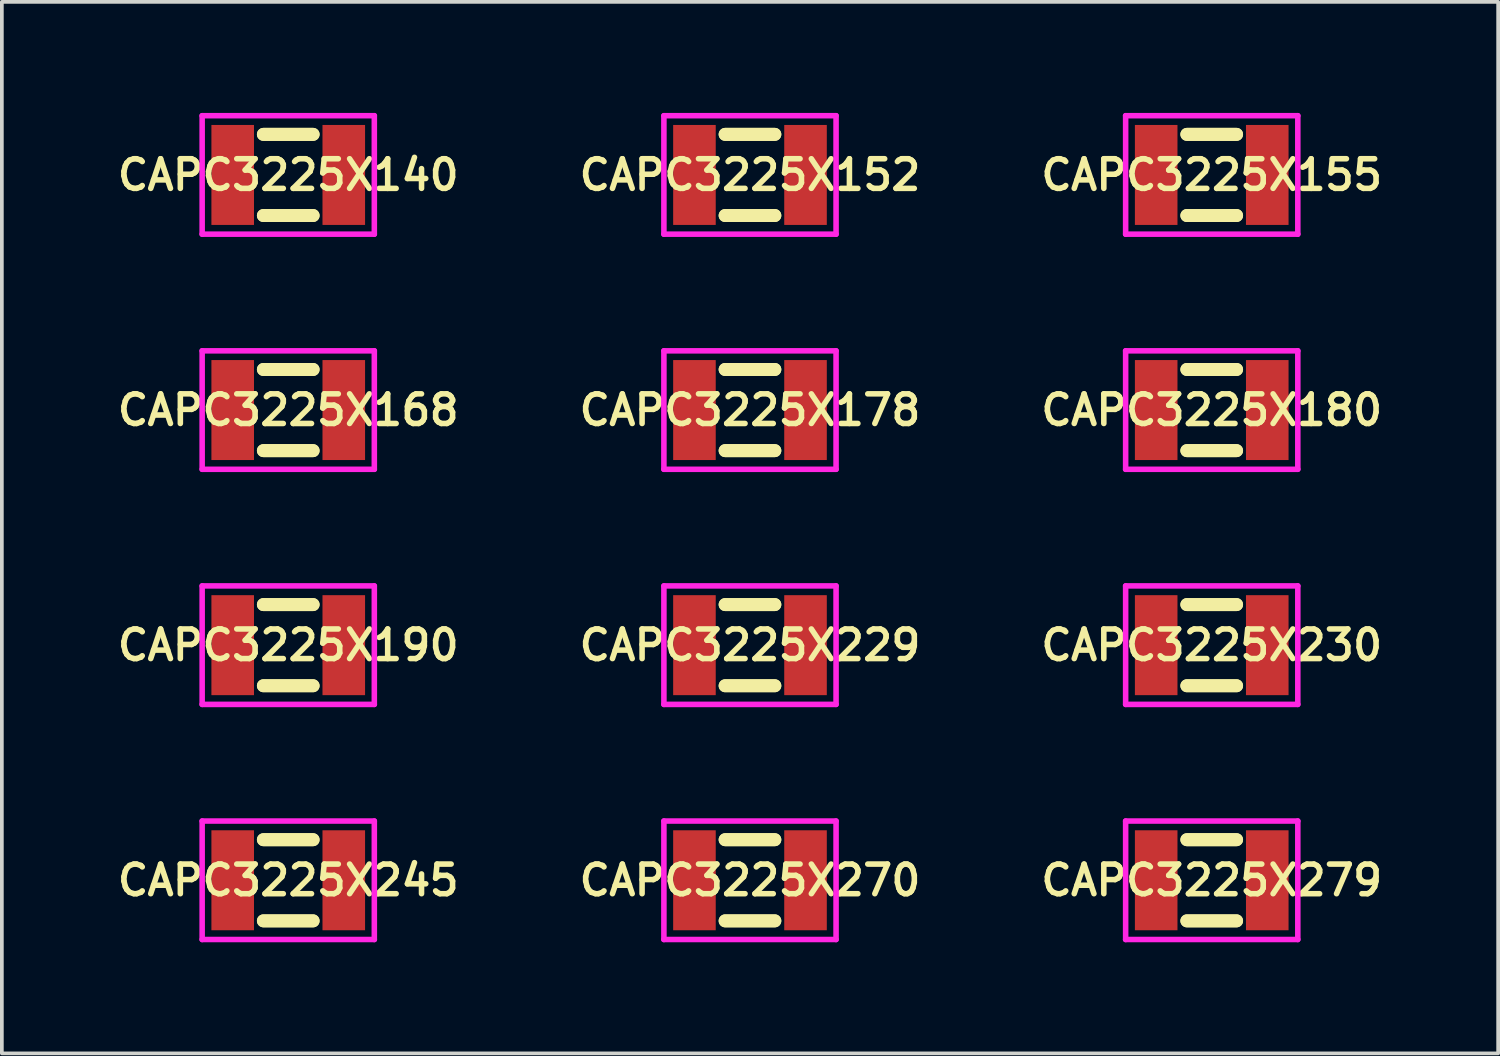
<source format=kicad_pcb>
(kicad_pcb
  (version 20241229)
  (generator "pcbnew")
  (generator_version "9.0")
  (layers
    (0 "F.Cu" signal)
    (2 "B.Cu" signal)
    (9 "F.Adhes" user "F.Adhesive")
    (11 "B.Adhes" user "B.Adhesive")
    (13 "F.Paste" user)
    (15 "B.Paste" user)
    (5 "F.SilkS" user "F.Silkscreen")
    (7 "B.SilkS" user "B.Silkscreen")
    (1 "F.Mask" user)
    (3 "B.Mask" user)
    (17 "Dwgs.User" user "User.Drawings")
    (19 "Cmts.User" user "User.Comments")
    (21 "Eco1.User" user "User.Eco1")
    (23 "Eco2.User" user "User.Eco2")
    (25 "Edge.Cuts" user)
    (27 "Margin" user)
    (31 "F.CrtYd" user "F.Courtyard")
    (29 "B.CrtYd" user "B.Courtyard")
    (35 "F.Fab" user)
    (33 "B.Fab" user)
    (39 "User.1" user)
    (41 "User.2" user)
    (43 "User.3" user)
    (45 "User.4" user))
  (footprint "CAPC3225X279"
    (layer "F.Cu")
    (at 29.677 20.725)
    (property "Reference" "CAPC3225X279" (at 0 0 0) (layer "F.SilkS") (effects (font (size 0.8 0.8) (thickness 0.15))))
    (attr smd)
    (fp_line (start -0.671 -1.096) (end 0.671 -1.096) (stroke (width 0.35) (type solid)) (layer "F.SilkS"))
    (fp_line (start -0.671 1.096) (end 0.671 1.096) (stroke (width 0.35) (type solid)) (layer "F.SilkS"))
    (fp_line (start 0.671 -1.096) (end -0.671 -1.096) (stroke (width 0.35) (type solid)) (layer "F.SilkS"))
    (fp_line (start 0.671 1.096) (end -0.671 1.096) (stroke (width 0.35) (type solid)) (layer "F.SilkS"))
    (fp_line (start -2.325 -1.6) (end 2.325 -1.6) (stroke (width 0.15) (type solid)) (layer "F.CrtYd"))
    (fp_line (start -2.325 1.6) (end -2.325 -1.6) (stroke (width 0.15) (type solid)) (layer "F.CrtYd"))
    (fp_line (start 2.325 -1.6) (end 2.325 1.6) (stroke (width 0.15) (type solid)) (layer "F.CrtYd"))
    (fp_line (start 2.325 1.6) (end -2.325 1.6) (stroke (width 0.15) (type solid)) (layer "F.CrtYd"))
    (pad "1" smd rect (at -1.5 0) (size 1.15 2.7) (layers "F.Cu" "F.Mask" "F.Paste"))
    (pad "2" smd rect (at 1.5 0) (size 1.15 2.7) (layers "F.Cu" "F.Mask" "F.Paste")))
  (footprint "CAPC3225X245"
    (layer "F.Cu")
    (at 4.735 20.725)
    (property "Reference" "CAPC3225X245" (at 0 0 0) (layer "F.SilkS") (effects (font (size 0.8 0.8) (thickness 0.15))))
    (attr smd)
    (fp_line (start -0.671 -1.096) (end 0.671 -1.096) (stroke (width 0.35) (type solid)) (layer "F.SilkS"))
    (fp_line (start -0.671 1.096) (end 0.671 1.096) (stroke (width 0.35) (type solid)) (layer "F.SilkS"))
    (fp_line (start 0.671 -1.096) (end -0.671 -1.096) (stroke (width 0.35) (type solid)) (layer "F.SilkS"))
    (fp_line (start 0.671 1.096) (end -0.671 1.096) (stroke (width 0.35) (type solid)) (layer "F.SilkS"))
    (fp_line (start -2.325 -1.6) (end 2.325 -1.6) (stroke (width 0.15) (type solid)) (layer "F.CrtYd"))
    (fp_line (start -2.325 1.6) (end -2.325 -1.6) (stroke (width 0.15) (type solid)) (layer "F.CrtYd"))
    (fp_line (start 2.325 -1.6) (end 2.325 1.6) (stroke (width 0.15) (type solid)) (layer "F.CrtYd"))
    (fp_line (start 2.325 1.6) (end -2.325 1.6) (stroke (width 0.15) (type solid)) (layer "F.CrtYd"))
    (pad "1" smd rect (at -1.5 0) (size 1.15 2.7) (layers "F.Cu" "F.Mask" "F.Paste"))
    (pad "2" smd rect (at 1.5 0) (size 1.15 2.7) (layers "F.Cu" "F.Mask" "F.Paste")))
  (footprint "CAPC3225X168"
    (layer "F.Cu")
    (at 4.735 8.025)
    (property "Reference" "CAPC3225X168" (at 0 0 0) (layer "F.SilkS") (effects (font (size 0.8 0.8) (thickness 0.15))))
    (attr smd)
    (fp_line (start -0.671 -1.096) (end 0.671 -1.096) (stroke (width 0.35) (type solid)) (layer "F.SilkS"))
    (fp_line (start -0.671 1.096) (end 0.671 1.096) (stroke (width 0.35) (type solid)) (layer "F.SilkS"))
    (fp_line (start 0.671 -1.096) (end -0.671 -1.096) (stroke (width 0.35) (type solid)) (layer "F.SilkS"))
    (fp_line (start 0.671 1.096) (end -0.671 1.096) (stroke (width 0.35) (type solid)) (layer "F.SilkS"))
    (fp_line (start -2.325 -1.6) (end 2.325 -1.6) (stroke (width 0.15) (type solid)) (layer "F.CrtYd"))
    (fp_line (start -2.325 1.6) (end -2.325 -1.6) (stroke (width 0.15) (type solid)) (layer "F.CrtYd"))
    (fp_line (start 2.325 -1.6) (end 2.325 1.6) (stroke (width 0.15) (type solid)) (layer "F.CrtYd"))
    (fp_line (start 2.325 1.6) (end -2.325 1.6) (stroke (width 0.15) (type solid)) (layer "F.CrtYd"))
    (pad "1" smd rect (at -1.5 0) (size 1.15 2.7) (layers "F.Cu" "F.Mask" "F.Paste"))
    (pad "2" smd rect (at 1.5 0) (size 1.15 2.7) (layers "F.Cu" "F.Mask" "F.Paste")))
  (footprint "CAPC3225X229"
    (layer "F.Cu")
    (at 17.206 14.375)
    (property "Reference" "CAPC3225X229" (at 0 0 0) (layer "F.SilkS") (effects (font (size 0.8 0.8) (thickness 0.15))))
    (attr smd)
    (fp_line (start -0.671 -1.096) (end 0.671 -1.096) (stroke (width 0.35) (type solid)) (layer "F.SilkS"))
    (fp_line (start -0.671 1.096) (end 0.671 1.096) (stroke (width 0.35) (type solid)) (layer "F.SilkS"))
    (fp_line (start 0.671 -1.096) (end -0.671 -1.096) (stroke (width 0.35) (type solid)) (layer "F.SilkS"))
    (fp_line (start 0.671 1.096) (end -0.671 1.096) (stroke (width 0.35) (type solid)) (layer "F.SilkS"))
    (fp_line (start -2.325 -1.6) (end 2.325 -1.6) (stroke (width 0.15) (type solid)) (layer "F.CrtYd"))
    (fp_line (start -2.325 1.6) (end -2.325 -1.6) (stroke (width 0.15) (type solid)) (layer "F.CrtYd"))
    (fp_line (start 2.325 -1.6) (end 2.325 1.6) (stroke (width 0.15) (type solid)) (layer "F.CrtYd"))
    (fp_line (start 2.325 1.6) (end -2.325 1.6) (stroke (width 0.15) (type solid)) (layer "F.CrtYd"))
    (pad "1" smd rect (at -1.5 0) (size 1.15 2.7) (layers "F.Cu" "F.Mask" "F.Paste"))
    (pad "2" smd rect (at 1.5 0) (size 1.15 2.7) (layers "F.Cu" "F.Mask" "F.Paste")))
  (footprint "CAPC3225X152"
    (layer "F.Cu")
    (at 17.206 1.675)
    (property "Reference" "CAPC3225X152" (at 0 0 0) (layer "F.SilkS") (effects (font (size 0.8 0.8) (thickness 0.15))))
    (attr smd)
    (fp_line (start -0.671 -1.096) (end 0.671 -1.096) (stroke (width 0.35) (type solid)) (layer "F.SilkS"))
    (fp_line (start -0.671 1.096) (end 0.671 1.096) (stroke (width 0.35) (type solid)) (layer "F.SilkS"))
    (fp_line (start 0.671 -1.096) (end -0.671 -1.096) (stroke (width 0.35) (type solid)) (layer "F.SilkS"))
    (fp_line (start 0.671 1.096) (end -0.671 1.096) (stroke (width 0.35) (type solid)) (layer "F.SilkS"))
    (fp_line (start -2.325 -1.6) (end 2.325 -1.6) (stroke (width 0.15) (type solid)) (layer "F.CrtYd"))
    (fp_line (start -2.325 1.6) (end -2.325 -1.6) (stroke (width 0.15) (type solid)) (layer "F.CrtYd"))
    (fp_line (start 2.325 -1.6) (end 2.325 1.6) (stroke (width 0.15) (type solid)) (layer "F.CrtYd"))
    (fp_line (start 2.325 1.6) (end -2.325 1.6) (stroke (width 0.15) (type solid)) (layer "F.CrtYd"))
    (pad "1" smd rect (at -1.5 0) (size 1.15 2.7) (layers "F.Cu" "F.Mask" "F.Paste"))
    (pad "2" smd rect (at 1.5 0) (size 1.15 2.7) (layers "F.Cu" "F.Mask" "F.Paste")))
  (footprint "CAPC3225X190"
    (layer "F.Cu")
    (at 4.735 14.375)
    (property "Reference" "CAPC3225X190" (at 0 0 0) (layer "F.SilkS") (effects (font (size 0.8 0.8) (thickness 0.15))))
    (attr smd)
    (fp_line (start -0.671 -1.096) (end 0.671 -1.096) (stroke (width 0.35) (type solid)) (layer "F.SilkS"))
    (fp_line (start -0.671 1.096) (end 0.671 1.096) (stroke (width 0.35) (type solid)) (layer "F.SilkS"))
    (fp_line (start 0.671 -1.096) (end -0.671 -1.096) (stroke (width 0.35) (type solid)) (layer "F.SilkS"))
    (fp_line (start 0.671 1.096) (end -0.671 1.096) (stroke (width 0.35) (type solid)) (layer "F.SilkS"))
    (fp_line (start -2.325 -1.6) (end 2.325 -1.6) (stroke (width 0.15) (type solid)) (layer "F.CrtYd"))
    (fp_line (start -2.325 1.6) (end -2.325 -1.6) (stroke (width 0.15) (type solid)) (layer "F.CrtYd"))
    (fp_line (start 2.325 -1.6) (end 2.325 1.6) (stroke (width 0.15) (type solid)) (layer "F.CrtYd"))
    (fp_line (start 2.325 1.6) (end -2.325 1.6) (stroke (width 0.15) (type solid)) (layer "F.CrtYd"))
    (pad "1" smd rect (at -1.5 0) (size 1.15 2.7) (layers "F.Cu" "F.Mask" "F.Paste"))
    (pad "2" smd rect (at 1.5 0) (size 1.15 2.7) (layers "F.Cu" "F.Mask" "F.Paste")))
  (footprint "CAPC3225X230"
    (layer "F.Cu")
    (at 29.677 14.375)
    (property "Reference" "CAPC3225X230" (at 0 0 0) (layer "F.SilkS") (effects (font (size 0.8 0.8) (thickness 0.15))))
    (attr smd)
    (fp_line (start -0.671 -1.096) (end 0.671 -1.096) (stroke (width 0.35) (type solid)) (layer "F.SilkS"))
    (fp_line (start -0.671 1.096) (end 0.671 1.096) (stroke (width 0.35) (type solid)) (layer "F.SilkS"))
    (fp_line (start 0.671 -1.096) (end -0.671 -1.096) (stroke (width 0.35) (type solid)) (layer "F.SilkS"))
    (fp_line (start 0.671 1.096) (end -0.671 1.096) (stroke (width 0.35) (type solid)) (layer "F.SilkS"))
    (fp_line (start -2.325 -1.6) (end 2.325 -1.6) (stroke (width 0.15) (type solid)) (layer "F.CrtYd"))
    (fp_line (start -2.325 1.6) (end -2.325 -1.6) (stroke (width 0.15) (type solid)) (layer "F.CrtYd"))
    (fp_line (start 2.325 -1.6) (end 2.325 1.6) (stroke (width 0.15) (type solid)) (layer "F.CrtYd"))
    (fp_line (start 2.325 1.6) (end -2.325 1.6) (stroke (width 0.15) (type solid)) (layer "F.CrtYd"))
    (pad "1" smd rect (at -1.5 0) (size 1.15 2.7) (layers "F.Cu" "F.Mask" "F.Paste"))
    (pad "2" smd rect (at 1.5 0) (size 1.15 2.7) (layers "F.Cu" "F.Mask" "F.Paste")))
  (footprint "CAPC3225X178"
    (layer "F.Cu")
    (at 17.206 8.025)
    (property "Reference" "CAPC3225X178" (at 0 0 0) (layer "F.SilkS") (effects (font (size 0.8 0.8) (thickness 0.15))))
    (attr smd)
    (fp_line (start -0.671 -1.096) (end 0.671 -1.096) (stroke (width 0.35) (type solid)) (layer "F.SilkS"))
    (fp_line (start -0.671 1.096) (end 0.671 1.096) (stroke (width 0.35) (type solid)) (layer "F.SilkS"))
    (fp_line (start 0.671 -1.096) (end -0.671 -1.096) (stroke (width 0.35) (type solid)) (layer "F.SilkS"))
    (fp_line (start 0.671 1.096) (end -0.671 1.096) (stroke (width 0.35) (type solid)) (layer "F.SilkS"))
    (fp_line (start -2.325 -1.6) (end 2.325 -1.6) (stroke (width 0.15) (type solid)) (layer "F.CrtYd"))
    (fp_line (start -2.325 1.6) (end -2.325 -1.6) (stroke (width 0.15) (type solid)) (layer "F.CrtYd"))
    (fp_line (start 2.325 -1.6) (end 2.325 1.6) (stroke (width 0.15) (type solid)) (layer "F.CrtYd"))
    (fp_line (start 2.325 1.6) (end -2.325 1.6) (stroke (width 0.15) (type solid)) (layer "F.CrtYd"))
    (pad "1" smd rect (at -1.5 0) (size 1.15 2.7) (layers "F.Cu" "F.Mask" "F.Paste"))
    (pad "2" smd rect (at 1.5 0) (size 1.15 2.7) (layers "F.Cu" "F.Mask" "F.Paste")))
  (footprint "CAPC3225X270"
    (layer "F.Cu")
    (at 17.206 20.725)
    (property "Reference" "CAPC3225X270" (at 0 0 0) (layer "F.SilkS") (effects (font (size 0.8 0.8) (thickness 0.15))))
    (attr smd)
    (fp_line (start -0.671 -1.096) (end 0.671 -1.096) (stroke (width 0.35) (type solid)) (layer "F.SilkS"))
    (fp_line (start -0.671 1.096) (end 0.671 1.096) (stroke (width 0.35) (type solid)) (layer "F.SilkS"))
    (fp_line (start 0.671 -1.096) (end -0.671 -1.096) (stroke (width 0.35) (type solid)) (layer "F.SilkS"))
    (fp_line (start 0.671 1.096) (end -0.671 1.096) (stroke (width 0.35) (type solid)) (layer "F.SilkS"))
    (fp_line (start -2.325 -1.6) (end 2.325 -1.6) (stroke (width 0.15) (type solid)) (layer "F.CrtYd"))
    (fp_line (start -2.325 1.6) (end -2.325 -1.6) (stroke (width 0.15) (type solid)) (layer "F.CrtYd"))
    (fp_line (start 2.325 -1.6) (end 2.325 1.6) (stroke (width 0.15) (type solid)) (layer "F.CrtYd"))
    (fp_line (start 2.325 1.6) (end -2.325 1.6) (stroke (width 0.15) (type solid)) (layer "F.CrtYd"))
    (pad "1" smd rect (at -1.5 0) (size 1.15 2.7) (layers "F.Cu" "F.Mask" "F.Paste"))
    (pad "2" smd rect (at 1.5 0) (size 1.15 2.7) (layers "F.Cu" "F.Mask" "F.Paste")))
  (footprint "CAPC3225X140"
    (layer "F.Cu")
    (at 4.735 1.675)
    (property "Reference" "CAPC3225X140" (at 0 0 0) (layer "F.SilkS") (effects (font (size 0.8 0.8) (thickness 0.15))))
    (attr smd)
    (fp_line (start -0.671 -1.096) (end 0.671 -1.096) (stroke (width 0.35) (type solid)) (layer "F.SilkS"))
    (fp_line (start -0.671 1.096) (end 0.671 1.096) (stroke (width 0.35) (type solid)) (layer "F.SilkS"))
    (fp_line (start 0.671 -1.096) (end -0.671 -1.096) (stroke (width 0.35) (type solid)) (layer "F.SilkS"))
    (fp_line (start 0.671 1.096) (end -0.671 1.096) (stroke (width 0.35) (type solid)) (layer "F.SilkS"))
    (fp_line (start -2.325 -1.6) (end 2.325 -1.6) (stroke (width 0.15) (type solid)) (layer "F.CrtYd"))
    (fp_line (start -2.325 1.6) (end -2.325 -1.6) (stroke (width 0.15) (type solid)) (layer "F.CrtYd"))
    (fp_line (start 2.325 -1.6) (end 2.325 1.6) (stroke (width 0.15) (type solid)) (layer "F.CrtYd"))
    (fp_line (start 2.325 1.6) (end -2.325 1.6) (stroke (width 0.15) (type solid)) (layer "F.CrtYd"))
    (pad "1" smd rect (at -1.5 0) (size 1.15 2.7) (layers "F.Cu" "F.Mask" "F.Paste"))
    (pad "2" smd rect (at 1.5 0) (size 1.15 2.7) (layers "F.Cu" "F.Mask" "F.Paste")))
  (footprint "CAPC3225X180"
    (layer "F.Cu")
    (at 29.677 8.025)
    (property "Reference" "CAPC3225X180" (at 0 0 0) (layer "F.SilkS") (effects (font (size 0.8 0.8) (thickness 0.15))))
    (attr smd)
    (fp_line (start -0.671 -1.096) (end 0.671 -1.096) (stroke (width 0.35) (type solid)) (layer "F.SilkS"))
    (fp_line (start -0.671 1.096) (end 0.671 1.096) (stroke (width 0.35) (type solid)) (layer "F.SilkS"))
    (fp_line (start 0.671 -1.096) (end -0.671 -1.096) (stroke (width 0.35) (type solid)) (layer "F.SilkS"))
    (fp_line (start 0.671 1.096) (end -0.671 1.096) (stroke (width 0.35) (type solid)) (layer "F.SilkS"))
    (fp_line (start -2.325 -1.6) (end 2.325 -1.6) (stroke (width 0.15) (type solid)) (layer "F.CrtYd"))
    (fp_line (start -2.325 1.6) (end -2.325 -1.6) (stroke (width 0.15) (type solid)) (layer "F.CrtYd"))
    (fp_line (start 2.325 -1.6) (end 2.325 1.6) (stroke (width 0.15) (type solid)) (layer "F.CrtYd"))
    (fp_line (start 2.325 1.6) (end -2.325 1.6) (stroke (width 0.15) (type solid)) (layer "F.CrtYd"))
    (pad "1" smd rect (at -1.5 0) (size 1.15 2.7) (layers "F.Cu" "F.Mask" "F.Paste"))
    (pad "2" smd rect (at 1.5 0) (size 1.15 2.7) (layers "F.Cu" "F.Mask" "F.Paste")))
  (footprint "CAPC3225X155"
    (layer "F.Cu")
    (at 29.677 1.675)
    (property "Reference" "CAPC3225X155" (at 0 0 0) (layer "F.SilkS") (effects (font (size 0.8 0.8) (thickness 0.15))))
    (attr smd)
    (fp_line (start -0.671 -1.096) (end 0.671 -1.096) (stroke (width 0.35) (type solid)) (layer "F.SilkS"))
    (fp_line (start -0.671 1.096) (end 0.671 1.096) (stroke (width 0.35) (type solid)) (layer "F.SilkS"))
    (fp_line (start 0.671 -1.096) (end -0.671 -1.096) (stroke (width 0.35) (type solid)) (layer "F.SilkS"))
    (fp_line (start 0.671 1.096) (end -0.671 1.096) (stroke (width 0.35) (type solid)) (layer "F.SilkS"))
    (fp_line (start -2.325 -1.6) (end 2.325 -1.6) (stroke (width 0.15) (type solid)) (layer "F.CrtYd"))
    (fp_line (start -2.325 1.6) (end -2.325 -1.6) (stroke (width 0.15) (type solid)) (layer "F.CrtYd"))
    (fp_line (start 2.325 -1.6) (end 2.325 1.6) (stroke (width 0.15) (type solid)) (layer "F.CrtYd"))
    (fp_line (start 2.325 1.6) (end -2.325 1.6) (stroke (width 0.15) (type solid)) (layer "F.CrtYd"))
    (pad "1" smd rect (at -1.5 0) (size 1.15 2.7) (layers "F.Cu" "F.Mask" "F.Paste"))
    (pad "2" smd rect (at 1.5 0) (size 1.15 2.7) (layers "F.Cu" "F.Mask" "F.Paste")))
  (gr_rect
    (start -3 -3)
    (end 37.413 25.4)
    (stroke (width 0.1) (type default))
    (fill no)
    (layer "Edge.Cuts")))
</source>
